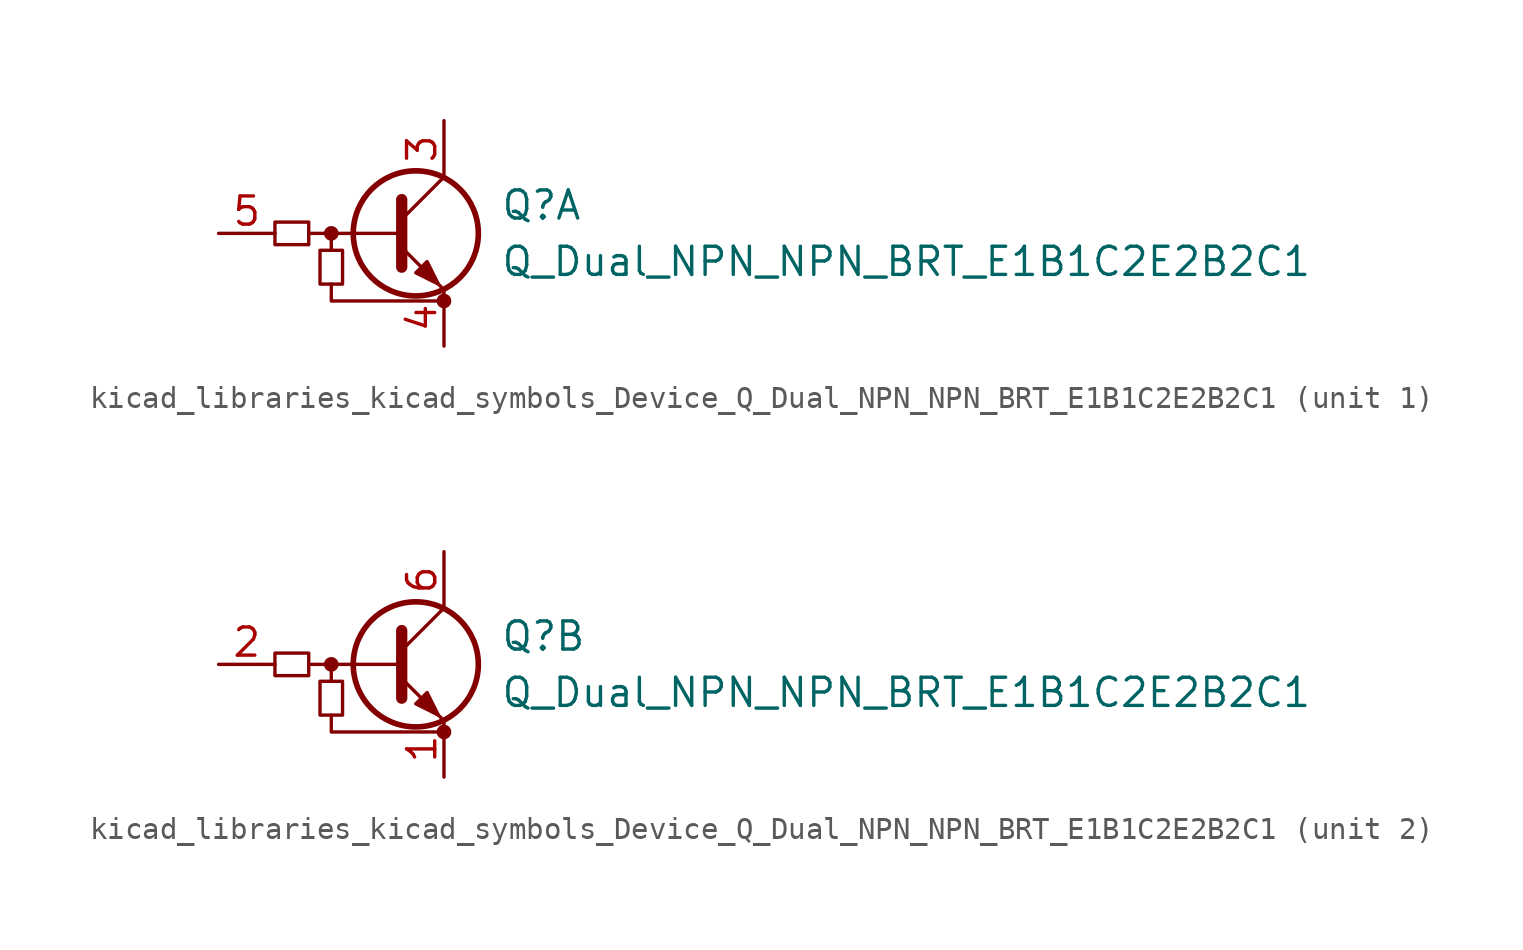
<source format=kicad_sym>
(kicad_symbol_lib
  (version 20220914)
  (generator kicad_symbol_editor)
  (symbol "kicad_libraries_kicad_symbols_Device_Q_Dual_NPN_NPN_BRT_E1B1C2E2B2C1"
    (pin_names hide)
    (property "Reference" "Q"
      (at 3.81 1.27 0)
      (effects (font (size 1.27 1.27)) (justify left)))
    (property "Value" "Q_Dual_NPN_NPN_BRT_E1B1C2E2B2C1"
      (at 3.81 -1.27 0)
      (effects (font (size 1.27 1.27)) (justify left)))
    (symbol "kicad_libraries_kicad_symbols_Device_Q_Dual_NPN_NPN_BRT_E1B1C2E2B2C1_0_1"
      (rectangle (start -6.35 0.508) (end -4.826 -0.508) (stroke (width 0) (type default)) (fill (type none)))
      (rectangle (start -4.318 -2.286) (end -3.302 -0.762) (stroke (width 0) (type default)) (fill (type none)))
      (circle (center -3.81 0) (radius 0.254) (stroke (width 0) (type default)) (fill (type outline)))
      (polyline (pts (xy -3.81 -0.762) (xy -3.81 0)) (stroke (width 0) (type default)) (fill (type none)))
      (polyline (pts (xy -0.762 0) (xy -4.826 0)) (stroke (width 0) (type default)) (fill (type none)))
      (polyline (pts (xy -0.635 1.524) (xy -0.635 -1.524)) (stroke (width 0.508) (type default)) (fill (type none)))
      (polyline (pts (xy -3.81 -2.286) (xy -3.81 -3.048) (xy 1.27 -3.048)) (stroke (width 0) (type default)) (fill (type none)))
      (circle (center 1.27 -3.048) (radius 0.254) (stroke (width 0) (type default)) (fill (type outline))))
    (symbol "kicad_libraries_kicad_symbols_Device_Q_Dual_NPN_NPN_BRT_E1B1C2E2B2C1_1_1"
      (polyline (pts (xy -0.635 0.635) (xy 1.27 2.54)) (stroke (width 0) (type default)) (fill (type none)))
      (polyline (pts (xy -0.635 -0.635) (xy 1.27 -2.54) (xy 1.27 -2.54)) (stroke (width 0) (type default)) (fill (type none)))
      (polyline (pts (xy 0 -1.778) (xy 0.508 -1.27) (xy 1.016 -2.286) (xy 0 -1.778) (xy 0 -1.778)) (stroke (width 0) (type default)) (fill (type outline)))
      (circle (center 0 0) (radius 2.819) (stroke (width 0.254) (type default)) (fill (type none)))
      (pin passive line (at 1.27 5.08 270) (length 2.54) (name "C1" (effects (font (size 1.27 1.27)))) (number "3" (effects (font (size 1.27 1.27)))))
      (pin passive line (at 1.27 -5.08 90) (length 2.54) (name "E1" (effects (font (size 1.27 1.27)))) (number "4" (effects (font (size 1.27 1.27)))))
      (pin input line (at -8.89 0 0) (length 2.54) (name "B1" (effects (font (size 1.27 1.27)))) (number "5" (effects (font (size 1.27 1.27))))))
    (symbol "kicad_libraries_kicad_symbols_Device_Q_Dual_NPN_NPN_BRT_E1B1C2E2B2C1_2_1"
      (polyline (pts (xy -0.635 0.635) (xy 1.27 2.54)) (stroke (width 0) (type default)) (fill (type none)))
      (polyline (pts (xy -0.635 -0.635) (xy 1.27 -2.54) (xy 1.27 -2.54)) (stroke (width 0) (type default)) (fill (type none)))
      (polyline (pts (xy 0 -1.778) (xy 0.508 -1.27) (xy 1.016 -2.286) (xy 0 -1.778) (xy 0 -1.778)) (stroke (width 0) (type default)) (fill (type outline)))
      (circle (center 0 0) (radius 2.819) (stroke (width 0.254) (type default)) (fill (type none)))
      (pin passive line (at 1.27 -5.08 90) (length 2.54) (name "E1" (effects (font (size 1.27 1.27)))) (number "1" (effects (font (size 1.27 1.27)))))
      (pin input line (at -8.89 0 0) (length 2.54) (name "B1" (effects (font (size 1.27 1.27)))) (number "2" (effects (font (size 1.27 1.27)))))
      (pin passive line (at 1.27 5.08 270) (length 2.54) (name "C1" (effects (font (size 1.27 1.27)))) (number "6" (effects (font (size 1.27 1.27))))))))
</source>
